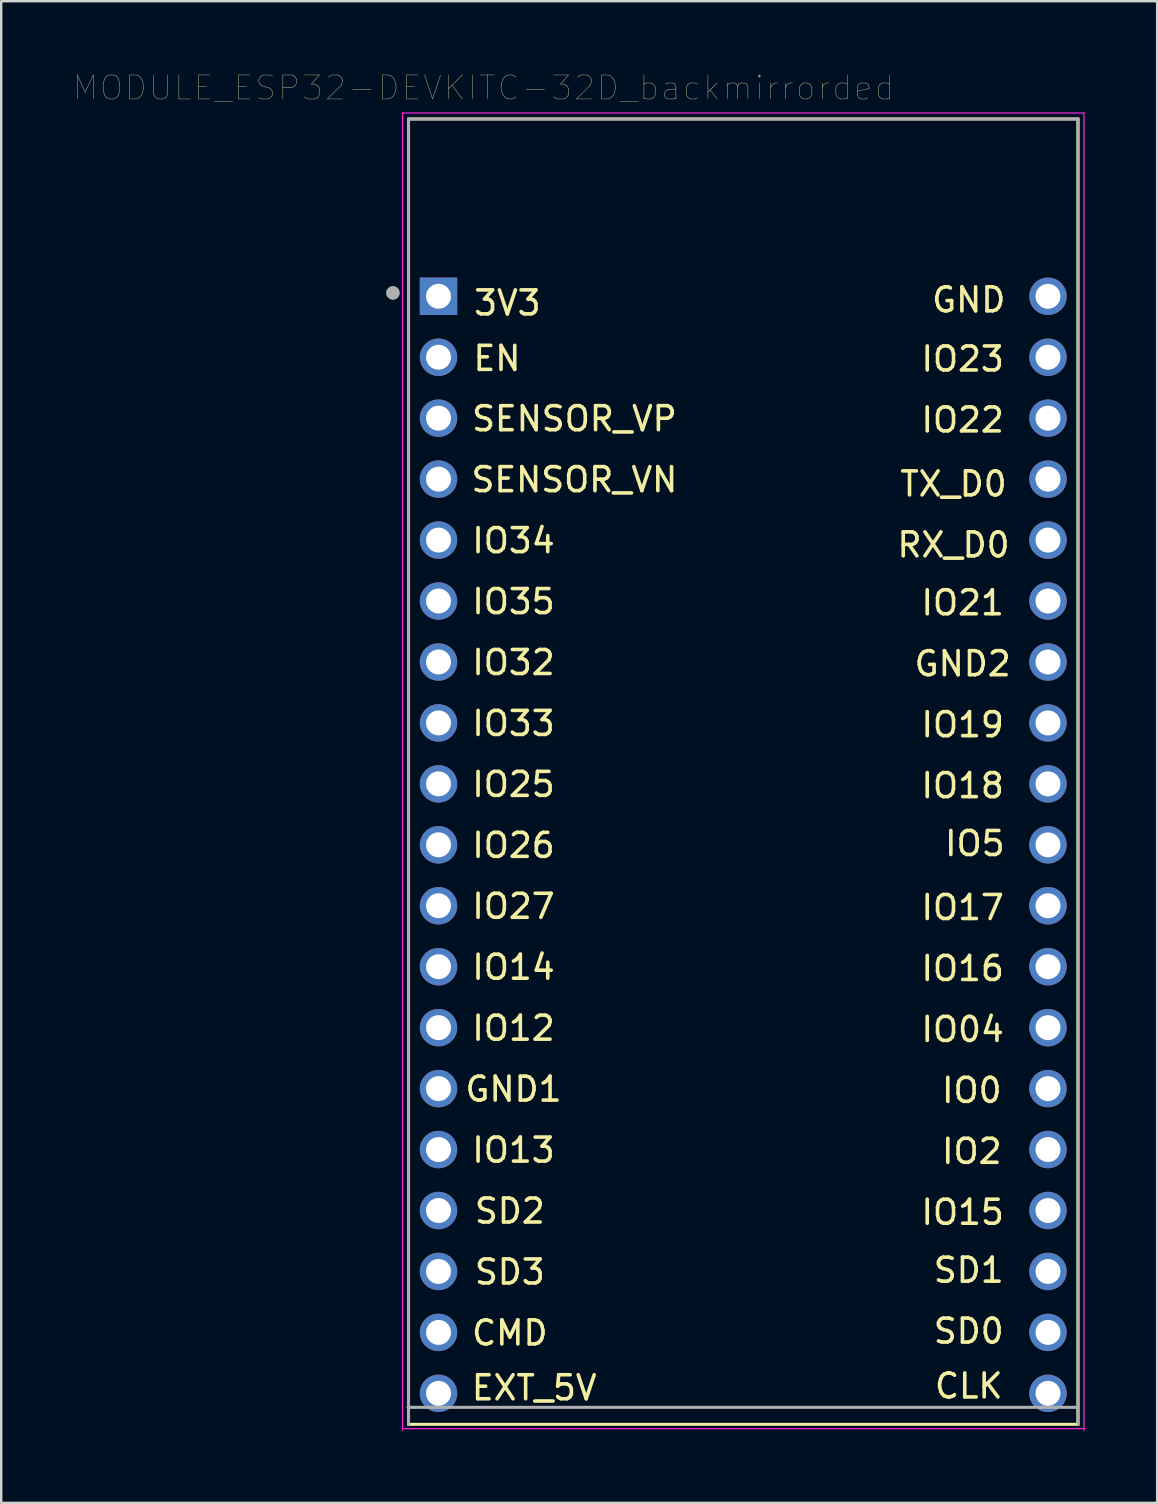
<source format=kicad_pcb>
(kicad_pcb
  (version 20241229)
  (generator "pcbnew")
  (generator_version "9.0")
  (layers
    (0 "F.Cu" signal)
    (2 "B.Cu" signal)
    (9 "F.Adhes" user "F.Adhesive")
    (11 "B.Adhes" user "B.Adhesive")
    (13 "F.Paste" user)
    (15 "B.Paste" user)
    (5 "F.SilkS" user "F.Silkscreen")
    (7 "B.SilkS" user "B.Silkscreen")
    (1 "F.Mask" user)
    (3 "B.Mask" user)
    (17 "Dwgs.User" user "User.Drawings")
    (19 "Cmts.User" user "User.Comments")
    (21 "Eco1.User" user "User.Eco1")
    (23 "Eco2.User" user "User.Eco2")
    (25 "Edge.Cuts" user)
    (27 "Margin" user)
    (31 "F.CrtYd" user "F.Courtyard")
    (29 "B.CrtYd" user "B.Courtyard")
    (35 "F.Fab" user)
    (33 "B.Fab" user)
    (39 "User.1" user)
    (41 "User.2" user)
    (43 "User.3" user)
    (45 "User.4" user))
  (footprint "MODULE_ESP32-DEVKITC-32D_backmirrorded"
    (layer "F.Cu")
    (at 27.925 29.058)
    (property "Reference" "MODULE_ESP32-DEVKITC-32D_backmirrorded" (at -10.829 -28.446 0) (layer "F.SilkS") (effects (font (size 1 1) (thickness 0.015))))
    (attr through_hole)
    (fp_line (start -13.95 -27.15) (end 13.95 -27.15) (stroke (width 0.127) (type solid)) (layer "F.SilkS"))
    (fp_line (start -13.95 27.25) (end -13.95 -27.15) (stroke (width 0.127) (type solid)) (layer "F.SilkS"))
    (fp_line (start 13.95 -27.15) (end 13.95 27.25) (stroke (width 0.127) (type solid)) (layer "F.SilkS"))
    (fp_line (start 13.95 27.25) (end -13.95 27.25) (stroke (width 0.127) (type solid)) (layer "F.SilkS"))
    (fp_line (start -14.2 -27.4) (end 14.2 -27.4) (stroke (width 0.05) (type solid)) (layer "F.CrtYd"))
    (fp_line (start -14.2 27.5) (end -14.2 -27.4) (stroke (width 0.05) (type solid)) (layer "F.CrtYd"))
    (fp_line (start 14.2 -27.4) (end 14.2 27.5) (stroke (width 0.05) (type solid)) (layer "F.CrtYd"))
    (fp_line (start 14.224 27.432) (end -14.176 27.432) (stroke (width 0.05) (type solid)) (layer "F.CrtYd"))
    (fp_line (start -13.95 -27.15) (end 13.95 -27.15) (stroke (width 0.127) (type solid)) (layer "F.Fab"))
    (fp_line (start -13.95 27.25) (end -13.95 -27.15) (stroke (width 0.127) (type solid)) (layer "F.Fab"))
    (fp_line (start 13.93 26.543) (end -13.97 26.543) (stroke (width 0.127) (type solid)) (layer "F.Fab"))
    (fp_line (start 13.95 -27.15) (end 13.95 27.25) (stroke (width 0.127) (type solid)) (layer "F.Fab"))
    (fp_circle (center -14.6 -19.9) (end -14.46 -19.9) (stroke (width 0.28) (type solid)) (fill no) (layer "F.Fab"))
    (fp_circle (center -14.6 -19.9) (end -14.46 -19.9) (stroke (width 0.28) (type solid)) (fill no) (layer "F.Fab"))
    (fp_text user "EN" (at -10.262 -17.17 0) (layer "F.SilkS") (effects (font (size 1 1) (thickness 0.15))))
    (fp_text user "SD1" (at 9.398 20.828 0) (layer "F.SilkS") (effects (font (size 1 1) (thickness 0.15))))
    (fp_text user "3V3" (at -9.83 -19.482 0) (layer "F.SilkS") (effects (font (size 1 1) (thickness 0.15))))
    (fp_text user "EXT_5V" (at -8.712 25.73 0) (layer "F.SilkS") (effects (font (size 1 1) (thickness 0.15))))
    (fp_text user "IO14" (at -9.576 8.204 0) (layer "F.SilkS") (effects (font (size 1 1) (thickness 0.15))))
    (fp_text user "IO22" (at 9.144 -14.605 0) (layer "F.SilkS") (effects (font (size 1 1) (thickness 0.15))))
    (fp_text user "TX_D0" (at 8.763 -11.938 0) (layer "F.SilkS") (effects (font (size 1 1) (thickness 0.15))))
    (fp_text user "SENSOR_VP" (at -7.036 -14.656 0) (layer "F.SilkS") (effects (font (size 1 1) (thickness 0.15))))
    (fp_text user "IO23" (at 9.144 -17.145 0) (layer "F.SilkS") (effects (font (size 1 1) (thickness 0.15))))
    (fp_text user "IO17" (at 9.144 5.715 0) (layer "F.SilkS") (effects (font (size 1 1) (thickness 0.15))))
    (fp_text user "IO25" (at -9.576 0.584 0) (layer "F.SilkS") (effects (font (size 1 1) (thickness 0.15))))
    (fp_text user "IO5" (at 9.652 3.048 0) (layer "F.SilkS") (effects (font (size 1 1) (thickness 0.15))))
    (fp_text user "SD2" (at -9.728 18.364 0) (layer "F.SilkS") (effects (font (size 1 1) (thickness 0.15))))
    (fp_text user "GND2" (at 9.144 -4.445 0) (layer "F.SilkS") (effects (font (size 1 1) (thickness 0.15))))
    (fp_text user "GND" (at 9.398 -19.609 0) (layer "F.SilkS") (effects (font (size 1 1) (thickness 0.15))))
    (fp_text user "IO34" (at -9.576 -9.576 0) (layer "F.SilkS") (effects (font (size 1 1) (thickness 0.15))))
    (fp_text user "IO35" (at -9.576 -7.036 0) (layer "F.SilkS") (effects (font (size 1 1) (thickness 0.15))))
    (fp_text user "IO12" (at -9.576 10.744 0) (layer "F.SilkS") (effects (font (size 1 1) (thickness 0.15))))
    (fp_text user "SD0" (at 9.398 23.368 0) (layer "F.SilkS") (effects (font (size 1 1) (thickness 0.15))))
    (fp_text user "GND1" (at -9.576 13.284 0) (layer "F.SilkS") (effects (font (size 1 1) (thickness 0.15))))
    (fp_text user "IO27" (at -9.576 5.664 0) (layer "F.SilkS") (effects (font (size 1 1) (thickness 0.15))))
    (fp_text user "SENSOR_VN" (at -7.036 -12.116 0) (layer "F.SilkS") (effects (font (size 1 1) (thickness 0.15))))
    (fp_text user "IO18" (at 9.144 0.635 0) (layer "F.SilkS") (effects (font (size 1 1) (thickness 0.15))))
    (fp_text user "IO13" (at -9.576 15.824 0) (layer "F.SilkS") (effects (font (size 1 1) (thickness 0.15))))
    (fp_text user "CMD" (at -9.728 23.444 0) (layer "F.SilkS") (effects (font (size 1 1) (thickness 0.15))))
    (fp_text user "IO21" (at 9.144 -6.985 0) (layer "F.SilkS") (effects (font (size 1 1) (thickness 0.15))))
    (fp_text user "IO15" (at 9.144 18.415 0) (layer "F.SilkS") (effects (font (size 1 1) (thickness 0.15))))
    (fp_text user "IO19" (at 9.144 -1.905 0) (layer "F.SilkS") (effects (font (size 1 1) (thickness 0.15))))
    (fp_text user "IO0" (at 9.525 13.335 0) (layer "F.SilkS") (effects (font (size 1 1) (thickness 0.15))))
    (fp_text user "RX_D0" (at 8.763 -9.398 0) (layer "F.SilkS") (effects (font (size 1 1) (thickness 0.15))))
    (fp_text user "IO33" (at -9.576 -1.956 0) (layer "F.SilkS") (effects (font (size 1 1) (thickness 0.15))))
    (fp_text user "IO26" (at -9.576 3.124 0) (layer "F.SilkS") (effects (font (size 1 1) (thickness 0.15))))
    (fp_text user "IO16" (at 9.144 8.255 0) (layer "F.SilkS") (effects (font (size 1 1) (thickness 0.15))))
    (fp_text user "CLK" (at 9.398 25.654 0) (layer "F.SilkS") (effects (font (size 1 1) (thickness 0.15))))
    (fp_text user "IO32" (at -9.576 -4.496 0) (layer "F.SilkS") (effects (font (size 1 1) (thickness 0.15))))
    (fp_text user "IO2" (at 9.525 15.875 0) (layer "F.SilkS") (effects (font (size 1 1) (thickness 0.15))))
    (fp_text user "IO04" (at 9.144 10.795 0) (layer "F.SilkS") (effects (font (size 1 1) (thickness 0.15))))
    (fp_text user "SD3" (at -9.728 20.904 0) (layer "F.SilkS") (effects (font (size 1 1) (thickness 0.15))))
    (pad "1" thru_hole rect (at -12.7 -19.76) (size 1.56 1.56) (drill 1.04) (layers "*.Cu" "*.Mask"))
    (pad "2" thru_hole circle (at -12.7 -17.22) (size 1.56 1.56) (drill 1.04) (layers "*.Cu" "*.Mask"))
    (pad "3" thru_hole circle (at -12.7 -14.68) (size 1.56 1.56) (drill 1.04) (layers "*.Cu" "*.Mask"))
    (pad "4" thru_hole circle (at -12.7 -12.14) (size 1.56 1.56) (drill 1.04) (layers "*.Cu" "*.Mask"))
    (pad "5" thru_hole circle (at -12.7 -9.6) (size 1.56 1.56) (drill 1.04) (layers "*.Cu" "*.Mask"))
    (pad "6" thru_hole circle (at -12.7 -7.06) (size 1.56 1.56) (drill 1.04) (layers "*.Cu" "*.Mask"))
    (pad "7" thru_hole circle (at -12.7 -4.52) (size 1.56 1.56) (drill 1.04) (layers "*.Cu" "*.Mask"))
    (pad "8" thru_hole circle (at -12.7 -1.98) (size 1.56 1.56) (drill 1.04) (layers "*.Cu" "*.Mask"))
    (pad "9" thru_hole circle (at -12.7 0.56) (size 1.56 1.56) (drill 1.04) (layers "*.Cu" "*.Mask"))
    (pad "10" thru_hole circle (at -12.7 3.1) (size 1.56 1.56) (drill 1.04) (layers "*.Cu" "*.Mask"))
    (pad "11" thru_hole circle (at -12.7 5.64) (size 1.56 1.56) (drill 1.04) (layers "*.Cu" "*.Mask"))
    (pad "12" thru_hole circle (at -12.7 8.18) (size 1.56 1.56) (drill 1.04) (layers "*.Cu" "*.Mask"))
    (pad "13" thru_hole circle (at -12.7 10.72) (size 1.56 1.56) (drill 1.04) (layers "*.Cu" "*.Mask"))
    (pad "14" thru_hole circle (at -12.7 13.26) (size 1.56 1.56) (drill 1.04) (layers "*.Cu" "*.Mask"))
    (pad "15" thru_hole circle (at -12.7 15.8) (size 1.56 1.56) (drill 1.04) (layers "*.Cu" "*.Mask"))
    (pad "16" thru_hole circle (at -12.7 18.34) (size 1.56 1.56) (drill 1.04) (layers "*.Cu" "*.Mask"))
    (pad "17" thru_hole circle (at -12.7 20.88) (size 1.56 1.56) (drill 1.04) (layers "*.Cu" "*.Mask"))
    (pad "18" thru_hole circle (at -12.7 23.42) (size 1.56 1.56) (drill 1.04) (layers "*.Cu" "*.Mask"))
    (pad "19" thru_hole circle (at -12.7 25.96) (size 1.56 1.56) (drill 1.04) (layers "*.Cu" "*.Mask"))
    (pad "20" thru_hole circle (at 12.7 -19.76) (size 1.56 1.56) (drill 1.04) (layers "*.Cu" "*.Mask"))
    (pad "21" thru_hole circle (at 12.7 -17.22) (size 1.56 1.56) (drill 1.04) (layers "*.Cu" "*.Mask"))
    (pad "22" thru_hole circle (at 12.7 -14.68) (size 1.56 1.56) (drill 1.04) (layers "*.Cu" "*.Mask"))
    (pad "23" thru_hole circle (at 12.7 -12.14) (size 1.56 1.56) (drill 1.04) (layers "*.Cu" "*.Mask"))
    (pad "24" thru_hole circle (at 12.7 -9.6) (size 1.56 1.56) (drill 1.04) (layers "*.Cu" "*.Mask"))
    (pad "25" thru_hole circle (at 12.7 -7.06) (size 1.56 1.56) (drill 1.04) (layers "*.Cu" "*.Mask"))
    (pad "26" thru_hole circle (at 12.7 -4.52) (size 1.56 1.56) (drill 1.04) (layers "*.Cu" "*.Mask"))
    (pad "27" thru_hole circle (at 12.7 -1.98) (size 1.56 1.56) (drill 1.04) (layers "*.Cu" "*.Mask"))
    (pad "28" thru_hole circle (at 12.7 0.56) (size 1.56 1.56) (drill 1.04) (layers "*.Cu" "*.Mask"))
    (pad "29" thru_hole circle (at 12.7 3.1) (size 1.56 1.56) (drill 1.04) (layers "*.Cu" "*.Mask"))
    (pad "30" thru_hole circle (at 12.7 5.64) (size 1.56 1.56) (drill 1.04) (layers "*.Cu" "*.Mask"))
    (pad "31" thru_hole circle (at 12.7 8.18) (size 1.56 1.56) (drill 1.04) (layers "*.Cu" "*.Mask"))
    (pad "32" thru_hole circle (at 12.7 10.72) (size 1.56 1.56) (drill 1.04) (layers "*.Cu" "*.Mask"))
    (pad "33" thru_hole circle (at 12.7 13.26) (size 1.56 1.56) (drill 1.04) (layers "*.Cu" "*.Mask"))
    (pad "34" thru_hole circle (at 12.7 15.8) (size 1.56 1.56) (drill 1.04) (layers "*.Cu" "*.Mask"))
    (pad "35" thru_hole circle (at 12.7 18.34) (size 1.56 1.56) (drill 1.04) (layers "*.Cu" "*.Mask"))
    (pad "36" thru_hole circle (at 12.7 20.88) (size 1.56 1.56) (drill 1.04) (layers "*.Cu" "*.Mask"))
    (pad "37" thru_hole circle (at 12.7 23.42) (size 1.56 1.56) (drill 1.04) (layers "*.Cu" "*.Mask"))
    (pad "38" thru_hole circle (at 12.7 25.96) (size 1.56 1.56) (drill 1.04) (layers "*.Cu" "*.Mask")))
  (gr_rect
    (start -3 -3)
    (end 45.174 59.583)
    (stroke (width 0.1) (type default))
    (fill no)
    (layer "Edge.Cuts")))
</source>
